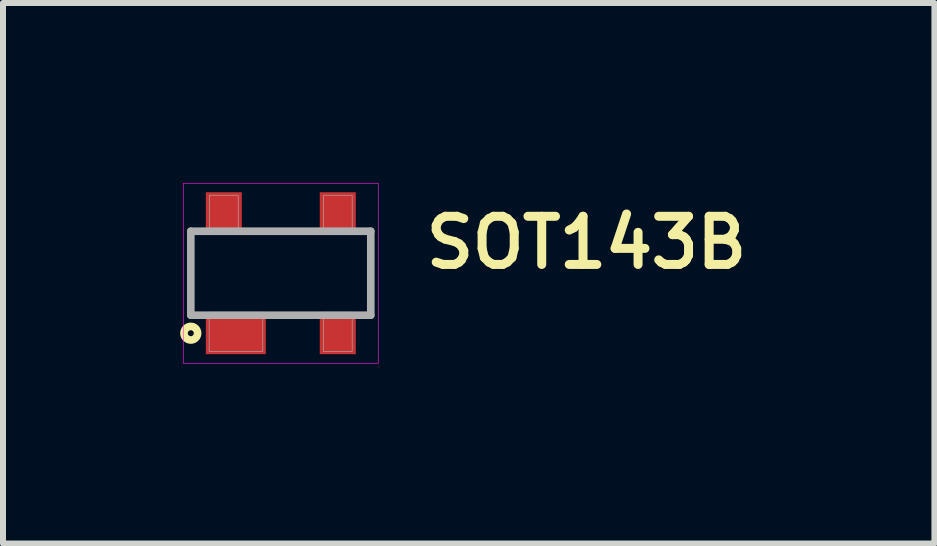
<source format=kicad_pcb>
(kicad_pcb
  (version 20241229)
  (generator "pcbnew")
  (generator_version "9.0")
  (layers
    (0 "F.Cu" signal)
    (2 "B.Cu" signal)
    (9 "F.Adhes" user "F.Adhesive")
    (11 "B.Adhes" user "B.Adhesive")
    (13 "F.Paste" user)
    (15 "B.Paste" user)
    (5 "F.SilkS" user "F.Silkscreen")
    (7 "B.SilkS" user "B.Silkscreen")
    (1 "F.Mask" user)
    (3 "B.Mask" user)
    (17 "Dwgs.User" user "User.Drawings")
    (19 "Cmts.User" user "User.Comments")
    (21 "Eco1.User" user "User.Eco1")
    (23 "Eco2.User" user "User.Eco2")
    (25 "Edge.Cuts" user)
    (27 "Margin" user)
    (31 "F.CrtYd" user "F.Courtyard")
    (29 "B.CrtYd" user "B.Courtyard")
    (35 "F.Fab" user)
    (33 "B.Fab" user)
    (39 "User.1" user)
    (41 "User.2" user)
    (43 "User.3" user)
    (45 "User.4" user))
  (footprint "SOT143B"
    (layer "F.Cu")
    (at 1.631 1.505)
    (property "Reference" "SOT143B" (at 5.096 -0.51 0) (layer "F.SilkS") (effects (font (size 0.803 0.803) (thickness 0.15))))
    (attr through_hole)
    (fp_circle (center -1.5 1) (end -1.45 1) (stroke (width 0.127) (type solid)) (fill no) (layer "F.SilkS"))
    (fp_poly (pts (xy -1.202 -1.3) (xy -0.7 -1.3) (xy -0.7 -0.701) (xy -1.202 -0.701)) (stroke (width 0.01) (type solid)) (fill yes) (layer "F.Paste"))
    (fp_poly (pts (xy -1.202 0.7) (xy -0.3 0.7) (xy -0.3 1.302) (xy -1.202 1.302)) (stroke (width 0.01) (type solid)) (fill yes) (layer "F.Paste"))
    (fp_poly (pts (xy 0.701 0.7) (xy 1.2 0.7) (xy 1.2 1.301) (xy 0.701 1.301)) (stroke (width 0.01) (type solid)) (fill yes) (layer "F.Paste"))
    (fp_poly (pts (xy 0.701 -1.3) (xy 1.2 -1.3) (xy 1.2 -0.701) (xy 0.701 -0.701)) (stroke (width 0.01) (type solid)) (fill yes) (layer "F.Paste"))
    (fp_poly (pts (xy -1.626 -1.5) (xy 1.625 -1.5) (xy 1.625 1.501) (xy -1.626 1.501)) (stroke (width 0.01) (type solid)) (fill no) (layer "F.CrtYd"))
    (fp_line (start -1.5 -0.7) (end 1.5 -0.7) (stroke (width 0.127) (type solid)) (layer "F.Fab"))
    (fp_line (start -1.5 0.7) (end -1.5 -0.7) (stroke (width 0.127) (type solid)) (layer "F.Fab"))
    (fp_line (start 1.5 -0.7) (end 1.5 0.7) (stroke (width 0.127) (type solid)) (layer "F.Fab"))
    (fp_line (start 1.5 0.7) (end -1.5 0.7) (stroke (width 0.127) (type solid)) (layer "F.Fab"))
    (fp_poly (pts (xy -1.194 0.65) (xy -0.3 0.65) (xy -0.3 1.304) (xy -1.194 1.304)) (stroke (width 0.01) (type solid)) (fill no) (layer "F.Fab"))
    (fp_poly (pts (xy -1.191 -1.3) (xy -0.71 -1.3) (xy -0.71 -0.651) (xy -1.191 -0.651)) (stroke (width 0.01) (type solid)) (fill no) (layer "F.Fab"))
    (fp_poly (pts (xy 0.711 0.65) (xy 1.19 0.65) (xy 1.19 1.303) (xy 0.711 1.303)) (stroke (width 0.01) (type solid)) (fill no) (layer "F.Fab"))
    (fp_poly (pts (xy 0.712 -1.3) (xy 1.19 -1.3) (xy 1.19 -0.652) (xy 0.712 -0.652)) (stroke (width 0.01) (type solid)) (fill no) (layer "F.Fab"))
    (pad "1" smd rect (at -0.75 1) (size 1 0.7) (layers "F.Cu" "F.Mask" "F.Paste"))
    (pad "2" smd rect (at 0.95 1) (size 0.6 0.7) (layers "F.Cu" "F.Mask" "F.Paste"))
    (pad "3" smd rect (at 0.95 -1) (size 0.6 0.7) (layers "F.Cu" "F.Mask" "F.Paste"))
    (pad "4" smd rect (at -0.95 -1) (size 0.6 0.7) (layers "F.Cu" "F.Mask" "F.Paste")))
  (gr_rect
    (start -3 -3)
    (end 12.528 6.011)
    (stroke (width 0.1) (type default))
    (fill no)
    (layer "Edge.Cuts")))
</source>
